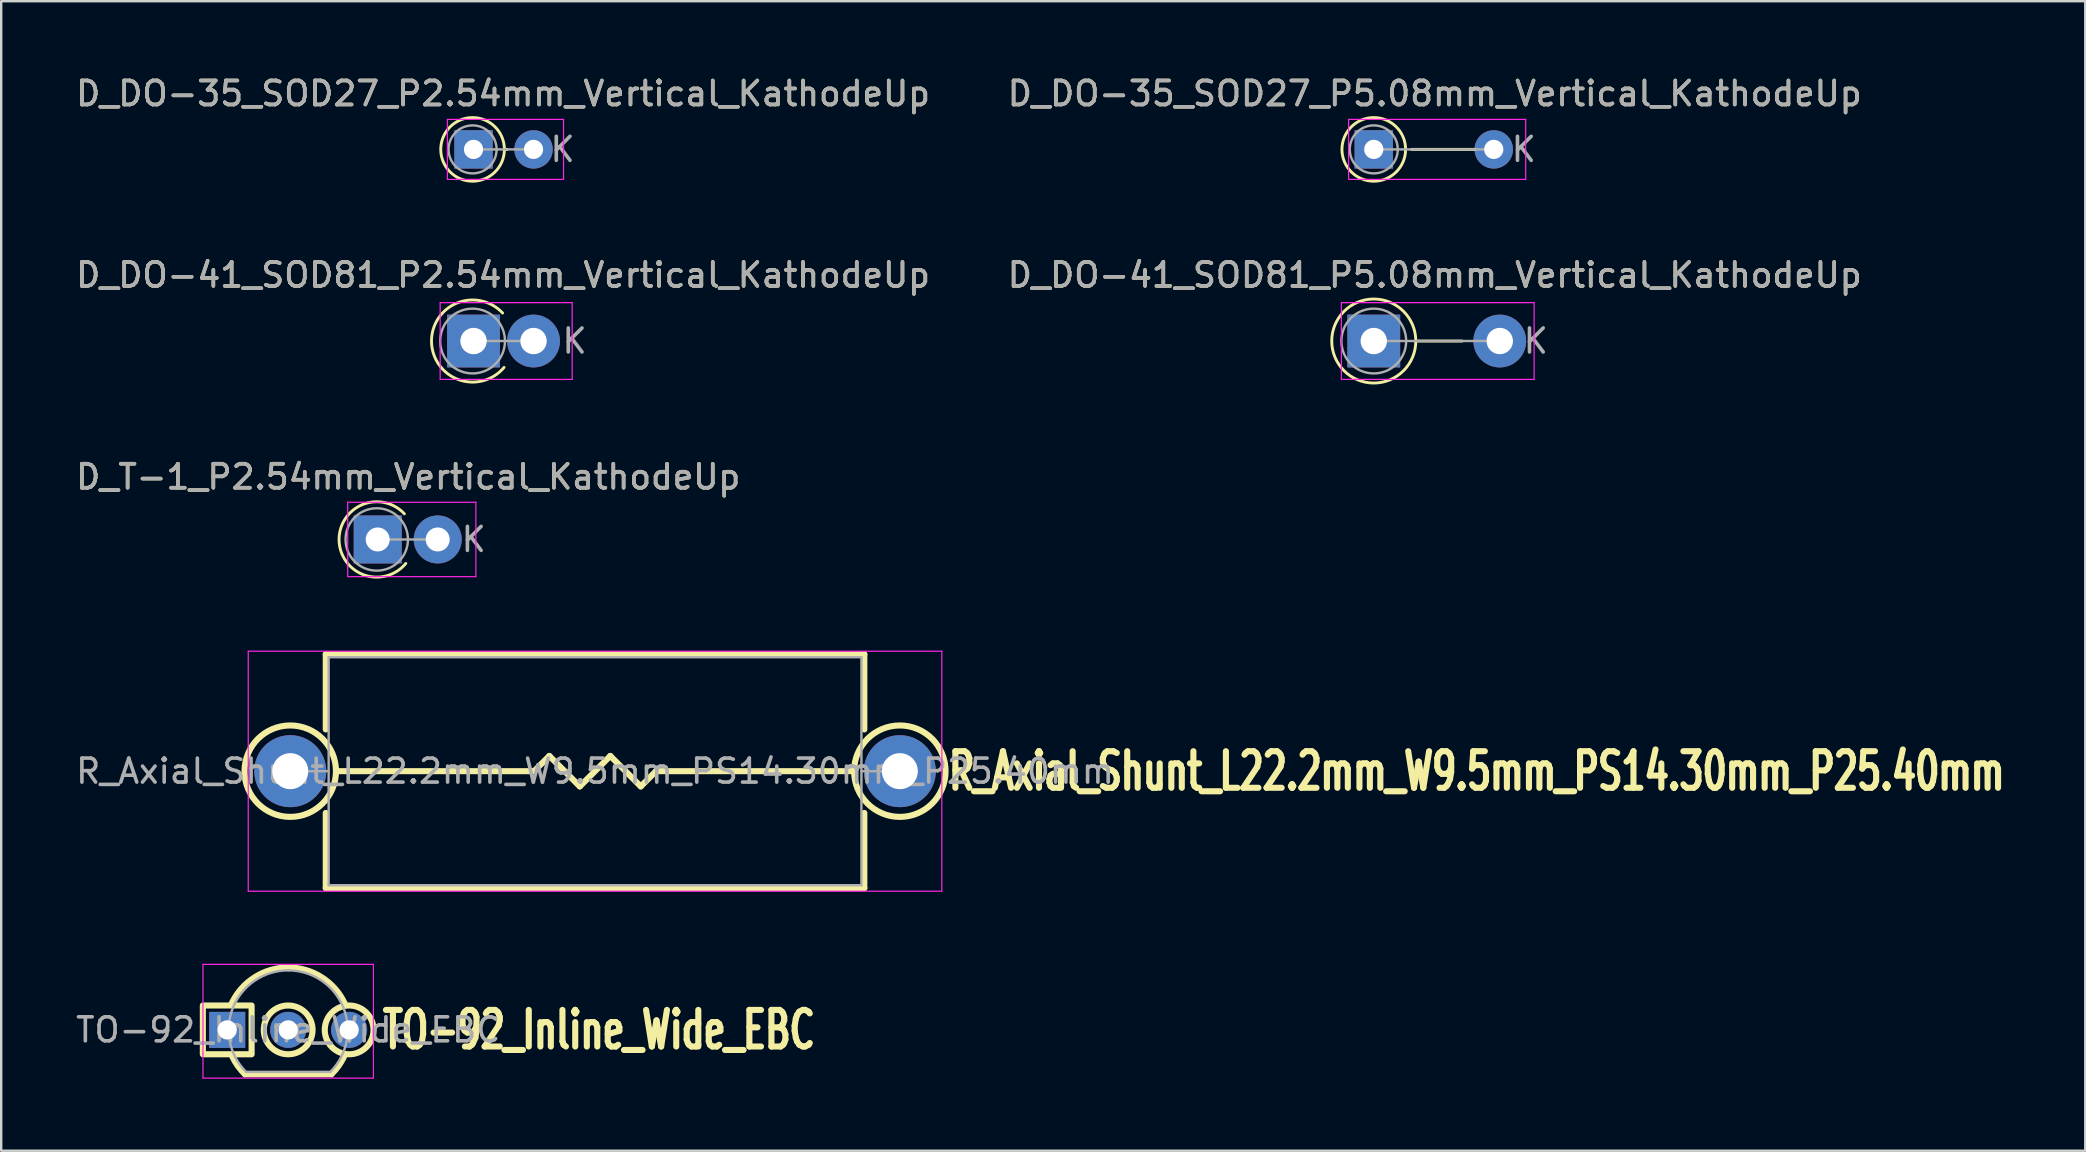
<source format=kicad_pcb>
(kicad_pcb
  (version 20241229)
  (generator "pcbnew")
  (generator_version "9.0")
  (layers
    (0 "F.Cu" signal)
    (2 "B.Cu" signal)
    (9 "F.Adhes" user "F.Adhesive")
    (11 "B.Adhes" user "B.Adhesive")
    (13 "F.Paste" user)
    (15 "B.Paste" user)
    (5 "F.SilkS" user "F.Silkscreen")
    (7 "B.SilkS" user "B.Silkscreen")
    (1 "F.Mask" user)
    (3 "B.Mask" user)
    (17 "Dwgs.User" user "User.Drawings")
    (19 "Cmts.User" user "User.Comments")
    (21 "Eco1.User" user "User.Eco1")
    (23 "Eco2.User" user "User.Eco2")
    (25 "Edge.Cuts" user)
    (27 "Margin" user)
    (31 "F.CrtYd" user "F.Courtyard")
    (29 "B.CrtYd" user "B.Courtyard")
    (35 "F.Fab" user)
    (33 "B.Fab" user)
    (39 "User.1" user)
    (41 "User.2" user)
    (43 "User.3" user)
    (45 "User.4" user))
  (footprint "D_T-1_P2.54mm_Vertical_KathodeUp"
    (layer "F.Cu")
    (at 12.688 19.428)
    (property "Reference" "D_T-1_P2.54mm_Vertical_KathodeUp" (at 1.27 -2.609 0) (layer "F.SilkS") (effects (font (size 1 1) (thickness 0.15))))
    (attr through_hole)
    (fp_arc (start 1.170772 1) (mid -1.60969 0.045178) (end 1.111253 -1.067982) (stroke (width 0.12) (type solid)) (layer "F.SilkS"))
    (fp_line (start -1.25 -1.55) (end -1.25 1.55) (stroke (width 0.05) (type solid)) (layer "F.CrtYd"))
    (fp_line (start -1.25 1.55) (end 4.09 1.55) (stroke (width 0.05) (type solid)) (layer "F.CrtYd"))
    (fp_line (start 4.09 -1.55) (end -1.25 -1.55) (stroke (width 0.05) (type solid)) (layer "F.CrtYd"))
    (fp_line (start 4.09 1.55) (end 4.09 -1.55) (stroke (width 0.05) (type solid)) (layer "F.CrtYd"))
    (fp_line (start 2.5 0) (end -0.04 0) (stroke (width 0.1) (type solid)) (layer "F.Fab"))
    (fp_circle (center -0.04 0) (end -1.34 0) (stroke (width 0.1) (type solid)) (fill no) (layer "F.Fab"))
    (fp_text user "${REFERENCE}" (at 1.27 -2.609 0) (layer "F.Fab") (effects (font (size 1 1) (thickness 0.15))))
    (fp_text user "K" (at 4 0 0) (layer "F.Fab") (effects (font (size 1 1) (thickness 0.15))))
    (pad "1" thru_hole rect (at 0 0 180) (size 2 2) (drill 1) (layers "*.Cu" "*.Mask"))
    (pad "2" thru_hole oval (at 2.5 0 180) (size 2 2) (drill 1) (layers "*.Cu" "*.Mask")))
  (footprint "D_DO-41_SOD81_P5.08mm_Vertical_KathodeUp"
    (layer "F.Cu")
    (at 54.192 11.16)
    (property "Reference" "D_DO-41_SOD81_P5.08mm_Vertical_KathodeUp" (at 2.54 -2.751 0) (layer "F.SilkS") (effects (font (size 1 1) (thickness 0.15))))
    (attr through_hole)
    (fp_line (start 1.751 0) (end 3.68 0) (stroke (width 0.12) (type solid)) (layer "F.SilkS"))
    (fp_circle (center 0 0) (end -1.751 0) (stroke (width 0.12) (type solid)) (fill no) (layer "F.SilkS"))
    (fp_line (start -1.35 -1.6) (end -1.35 1.6) (stroke (width 0.05) (type solid)) (layer "F.CrtYd"))
    (fp_line (start -1.35 1.6) (end 6.68 1.6) (stroke (width 0.05) (type solid)) (layer "F.CrtYd"))
    (fp_line (start 6.68 -1.6) (end -1.35 -1.6) (stroke (width 0.05) (type solid)) (layer "F.CrtYd"))
    (fp_line (start 6.68 1.6) (end 6.68 -1.6) (stroke (width 0.05) (type solid)) (layer "F.CrtYd"))
    (fp_line (start 5.08 0) (end 0 0) (stroke (width 0.1) (type solid)) (layer "F.Fab"))
    (fp_circle (center 0 0) (end -1.35 0) (stroke (width 0.1) (type solid)) (fill no) (layer "F.Fab"))
    (fp_text user "${REFERENCE}" (at 2.54 -2.751 0) (layer "F.Fab") (effects (font (size 1 1) (thickness 0.15))))
    (fp_text user "K" (at 6.75 0 180) (layer "F.Fab") (effects (font (size 1 1) (thickness 0.15))))
    (pad "1" thru_hole rect (at 0 0 180) (size 2.2 2.2) (drill 1.1) (layers "*.Cu" "*.Mask"))
    (pad "2" thru_hole oval (at 5.25 0 180) (size 2.2 2.2) (drill 1.1) (layers "*.Cu" "*.Mask")))
  (footprint "TO-92_Inline_Wide_EBC"
    (layer "F.Cu")
    (at 6.418 39.863)
    (property "Reference" "TO-92_Inline_Wide_EBC" (at 6.35 0 0) (layer "F.SilkS") (effects (font (size 1.524 1.016) (thickness 0.254)) (justify left)))
    (attr through_hole)
    (fp_line (start 0.74 1.85) (end 4.34 1.85) (stroke (width 0.254) (type solid)) (layer "F.SilkS"))
    (fp_rect (start -1.016 -1.016) (end 1.016 1.016) (stroke (width 0.254) (type solid)) (fill no) (layer "F.SilkS"))
    (fp_arc (start 0.1836 -1.098807) (mid 1.143021 -2.192818) (end 2.54 -2.6) (stroke (width 0.254) (type solid)) (layer "F.SilkS"))
    (fp_arc (start 0.74 1.85) (mid 0.446097 1.509328) (end 0.215816 1.122795) (stroke (width 0.254) (type solid)) (layer "F.SilkS"))
    (fp_arc (start 2.54 -2.6) (mid 3.936979 -2.192817) (end 4.8964 -1.098807) (stroke (width 0.254) (type solid)) (layer "F.SilkS"))
    (fp_arc (start 4.864184 1.122795) (mid 4.633903 1.509328) (end 4.34 1.85) (stroke (width 0.254) (type solid)) (layer "F.SilkS"))
    (fp_circle (center 2.54 0) (end 3.556 0) (stroke (width 0.254) (type solid)) (fill no) (layer "F.SilkS"))
    (fp_circle (center 5.08 0) (end 4.064 0) (stroke (width 0.254) (type solid)) (fill no) (layer "F.SilkS"))
    (fp_line (start -1.01 -2.73) (end -1.01 2.01) (stroke (width 0.05) (type solid)) (layer "F.CrtYd"))
    (fp_line (start -1.01 -2.73) (end 6.09 -2.73) (stroke (width 0.05) (type solid)) (layer "F.CrtYd"))
    (fp_line (start 6.09 2.01) (end -1.01 2.01) (stroke (width 0.05) (type solid)) (layer "F.CrtYd"))
    (fp_line (start 6.09 2.01) (end 6.09 -2.73) (stroke (width 0.05) (type solid)) (layer "F.CrtYd"))
    (fp_line (start 0.8 1.75) (end 4.3 1.75) (stroke (width 0.1) (type solid)) (layer "F.Fab"))
    (fp_arc (start 0.786375 1.753625) (mid 0.248779 -0.949055) (end 2.54 -2.48) (stroke (width 0.1) (type solid)) (layer "F.Fab"))
    (fp_arc (start 2.54 -2.48) (mid 4.831221 -0.949055) (end 4.293625 1.753625) (stroke (width 0.1) (type solid)) (layer "F.Fab"))
    (fp_text user "${REFERENCE}" (at 2.54 0 0) (layer "F.Fab") (effects (font (size 1 1) (thickness 0.15))))
    (pad "1" thru_hole circle (at 5.08 0) (size 1.5 1.5) (drill 0.8) (layers "*.Cu" "*.Mask"))
    (pad "2" thru_hole circle (at 2.54 0) (size 1.5 1.5) (drill 0.8) (layers "*.Cu" "*.Mask"))
    (pad "3" thru_hole rect (at 0 0) (size 1.5 1.5) (drill 0.8) (layers "*.Cu" "*.Mask")))
  (footprint "D_DO-35_SOD27_P2.54mm_Vertical_KathodeUp"
    (layer "F.Cu")
    (at 16.641 3.175)
    (property "Reference" "D_DO-35_SOD27_P2.54mm_Vertical_KathodeUp" (at 1.27 -2.326 0) (layer "F.SilkS") (effects (font (size 1 1) (thickness 0.15))))
    (attr through_hole)
    (fp_line (start 1.326 0) (end 1.44 0) (stroke (width 0.12) (type solid)) (layer "F.SilkS"))
    (fp_circle (center 0 0) (end -1.326 0) (stroke (width 0.12) (type solid)) (fill no) (layer "F.SilkS"))
    (fp_line (start -1.05 -1.25) (end -1.05 1.25) (stroke (width 0.05) (type solid)) (layer "F.CrtYd"))
    (fp_line (start -1.05 1.25) (end 3.79 1.25) (stroke (width 0.05) (type solid)) (layer "F.CrtYd"))
    (fp_line (start 3.79 -1.25) (end -1.05 -1.25) (stroke (width 0.05) (type solid)) (layer "F.CrtYd"))
    (fp_line (start 3.79 1.25) (end 3.79 -1.25) (stroke (width 0.05) (type solid)) (layer "F.CrtYd"))
    (fp_line (start 2.54 0) (end 0 0) (stroke (width 0.1) (type solid)) (layer "F.Fab"))
    (fp_circle (center 0 0) (end -1 0) (stroke (width 0.1) (type solid)) (fill no) (layer "F.Fab"))
    (fp_text user "${REFERENCE}" (at 1.27 -2.326 0) (layer "F.Fab") (effects (font (size 1 1) (thickness 0.15))))
    (fp_text user "K" (at 3.75 0 0) (layer "F.Fab") (effects (font (size 1 1) (thickness 0.15))))
    (pad "1" thru_hole rect (at 0.04 0 180) (size 1.6 1.6) (drill 0.8) (layers "*.Cu" "*.Mask"))
    (pad "2" thru_hole oval (at 2.54 0 180) (size 1.6 1.6) (drill 0.8) (layers "*.Cu" "*.Mask")))
  (footprint "R_Axial_Shunt_L22.2mm_W9.5mm_PS14.30mm_P25.40mm"
    (layer "F.Cu")
    (at 9.044 29.083)
    (property "Reference" "R_Axial_Shunt_L22.2mm_W9.5mm_PS14.30mm_P25.40mm" (at 27.305 0 0) (layer "F.SilkS") (effects (font (size 1.524 1.016) (thickness 0.254)) (justify left)))
    (attr through_hole)
    (fp_line (start 1.48 -4.87) (end 23.92 -4.87) (stroke (width 0.254) (type solid)) (layer "F.SilkS"))
    (fp_line (start 1.48 -1.74) (end 1.48 -4.87) (stroke (width 0.254) (type solid)) (layer "F.SilkS"))
    (fp_line (start 1.48 1.74) (end 1.48 4.87) (stroke (width 0.254) (type solid)) (layer "F.SilkS"))
    (fp_line (start 1.48 4.87) (end 23.92 4.87) (stroke (width 0.254) (type solid)) (layer "F.SilkS"))
    (fp_line (start 10.16 0) (end 1.905 0) (stroke (width 0.254) (type solid)) (layer "F.SilkS"))
    (fp_line (start 10.795 -0.635) (end 10.16 0) (stroke (width 0.254) (type solid)) (layer "F.SilkS"))
    (fp_line (start 12.065 0.635) (end 10.795 -0.635) (stroke (width 0.254) (type solid)) (layer "F.SilkS"))
    (fp_line (start 13.335 -0.635) (end 12.065 0.635) (stroke (width 0.254) (type solid)) (layer "F.SilkS"))
    (fp_line (start 13.335 -0.635) (end 14.605 0.635) (stroke (width 0.254) (type solid)) (layer "F.SilkS"))
    (fp_line (start 14.605 0.635) (end 15.24 0) (stroke (width 0.254) (type solid)) (layer "F.SilkS"))
    (fp_line (start 15.24 0) (end 23.495 0) (stroke (width 0.254) (type solid)) (layer "F.SilkS"))
    (fp_line (start 23.92 -4.87) (end 23.92 -1.74) (stroke (width 0.254) (type solid)) (layer "F.SilkS"))
    (fp_line (start 23.92 4.87) (end 23.92 1.74) (stroke (width 0.254) (type solid)) (layer "F.SilkS"))
    (fp_circle (center 0 0) (end 1.905 0) (stroke (width 0.254) (type solid)) (fill no) (layer "F.SilkS"))
    (fp_circle (center 25.4 0) (end 23.495 0) (stroke (width 0.254) (type solid)) (fill no) (layer "F.SilkS"))
    (fp_line (start -1.75 -5) (end -1.75 5) (stroke (width 0.05) (type solid)) (layer "F.CrtYd"))
    (fp_line (start -1.75 5) (end 27.15 5) (stroke (width 0.05) (type solid)) (layer "F.CrtYd"))
    (fp_line (start 27.15 -5) (end -1.75 -5) (stroke (width 0.05) (type solid)) (layer "F.CrtYd"))
    (fp_line (start 27.15 5) (end 27.15 -5) (stroke (width 0.05) (type solid)) (layer "F.CrtYd"))
    (fp_line (start 0 0) (end 1.6 0) (stroke (width 0.1) (type solid)) (layer "F.Fab"))
    (fp_line (start 1.6 -4.75) (end 1.6 4.75) (stroke (width 0.1) (type solid)) (layer "F.Fab"))
    (fp_line (start 1.6 4.75) (end 23.8 4.75) (stroke (width 0.1) (type solid)) (layer "F.Fab"))
    (fp_line (start 23.8 -4.75) (end 1.6 -4.75) (stroke (width 0.1) (type solid)) (layer "F.Fab"))
    (fp_line (start 23.8 4.75) (end 23.8 -4.75) (stroke (width 0.1) (type solid)) (layer "F.Fab"))
    (fp_line (start 25.4 0) (end 23.8 0) (stroke (width 0.1) (type solid)) (layer "F.Fab"))
    (fp_text user "${REFERENCE}" (at 12.7 0 0) (layer "F.Fab") (effects (font (size 1 1) (thickness 0.15))))
    (pad "1" thru_hole circle (at 0 0) (size 3 3) (drill 1.5) (layers "*.Cu" "*.Mask"))
    (pad "2" thru_hole oval (at 25.4 0) (size 3 3) (drill 1.5) (layers "*.Cu" "*.Mask")))
  (footprint "D_DO-35_SOD27_P5.08mm_Vertical_KathodeUp"
    (layer "F.Cu")
    (at 54.192 3.175)
    (property "Reference" "D_DO-35_SOD27_P5.08mm_Vertical_KathodeUp" (at 2.54 -2.326 0) (layer "F.SilkS") (effects (font (size 1 1) (thickness 0.15))))
    (attr through_hole)
    (fp_line (start 1.576 0) (end 4.23 0) (stroke (width 0.12) (type solid)) (layer "F.SilkS"))
    (fp_circle (center 0 0) (end -1.326 0) (stroke (width 0.12) (type solid)) (fill no) (layer "F.SilkS"))
    (fp_line (start -1.05 -1.25) (end -1.05 1.25) (stroke (width 0.05) (type solid)) (layer "F.CrtYd"))
    (fp_line (start -1.05 1.25) (end 6.33 1.25) (stroke (width 0.05) (type solid)) (layer "F.CrtYd"))
    (fp_line (start 6.33 -1.25) (end -1.05 -1.25) (stroke (width 0.05) (type solid)) (layer "F.CrtYd"))
    (fp_line (start 6.33 1.25) (end 6.33 -1.25) (stroke (width 0.05) (type solid)) (layer "F.CrtYd"))
    (fp_line (start 5.08 0) (end 0 0) (stroke (width 0.1) (type solid)) (layer "F.Fab"))
    (fp_circle (center 0 0) (end -1 0) (stroke (width 0.1) (type solid)) (fill no) (layer "F.Fab"))
    (fp_text user "${REFERENCE}" (at 2.54 -2.326 0) (layer "F.Fab") (effects (font (size 1 1) (thickness 0.15))))
    (fp_text user "K" (at 6.25 0 180) (layer "F.Fab") (effects (font (size 1 1) (thickness 0.15))))
    (pad "1" thru_hole rect (at 0 0 180) (size 1.6 1.6) (drill 0.8) (layers "*.Cu" "*.Mask"))
    (pad "2" thru_hole oval (at 5 0 180) (size 1.6 1.6) (drill 0.8) (layers "*.Cu" "*.Mask")))
  (footprint "D_DO-41_SOD81_P2.54mm_Vertical_KathodeUp"
    (layer "F.Cu")
    (at 16.641 11.16)
    (property "Reference" "D_DO-41_SOD81_P2.54mm_Vertical_KathodeUp" (at 1.27 -2.751 0) (layer "F.SilkS") (effects (font (size 1 1) (thickness 0.15))))
    (attr through_hole)
    (fp_arc (start 1.311153 1.1) (mid -1.710877 0.044974) (end 1.251551 -1.167366) (stroke (width 0.12) (type solid)) (layer "F.SilkS"))
    (fp_line (start -1.35 -1.6) (end -1.35 1.6) (stroke (width 0.05) (type solid)) (layer "F.CrtYd"))
    (fp_line (start -1.35 1.6) (end 4.15 1.6) (stroke (width 0.05) (type solid)) (layer "F.CrtYd"))
    (fp_line (start 4.15 -1.6) (end -1.35 -1.6) (stroke (width 0.05) (type solid)) (layer "F.CrtYd"))
    (fp_line (start 4.15 1.6) (end 4.15 -1.6) (stroke (width 0.05) (type solid)) (layer "F.CrtYd"))
    (fp_line (start 2.54 0) (end 0 0) (stroke (width 0.1) (type solid)) (layer "F.Fab"))
    (fp_circle (center 0 0) (end -1.35 0) (stroke (width 0.1) (type solid)) (fill no) (layer "F.Fab"))
    (fp_text user "K" (at 4.25 0 0) (layer "F.Fab") (effects (font (size 1 1) (thickness 0.15))))
    (fp_text user "${REFERENCE}" (at 1.27 -2.751 0) (layer "F.Fab") (effects (font (size 1 1) (thickness 0.15))))
    (pad "1" thru_hole rect (at 0.04 0 180) (size 2.2 2.2) (drill 1.1) (layers "*.Cu" "*.Mask"))
    (pad "2" thru_hole oval (at 2.54 0 180) (size 2.2 2.2) (drill 1.1) (layers "*.Cu" "*.Mask")))
  (gr_rect
    (start -3 -3)
    (end 83.838 44.898)
    (stroke (width 0.1) (type default))
    (fill no)
    (layer "Edge.Cuts")))
</source>
